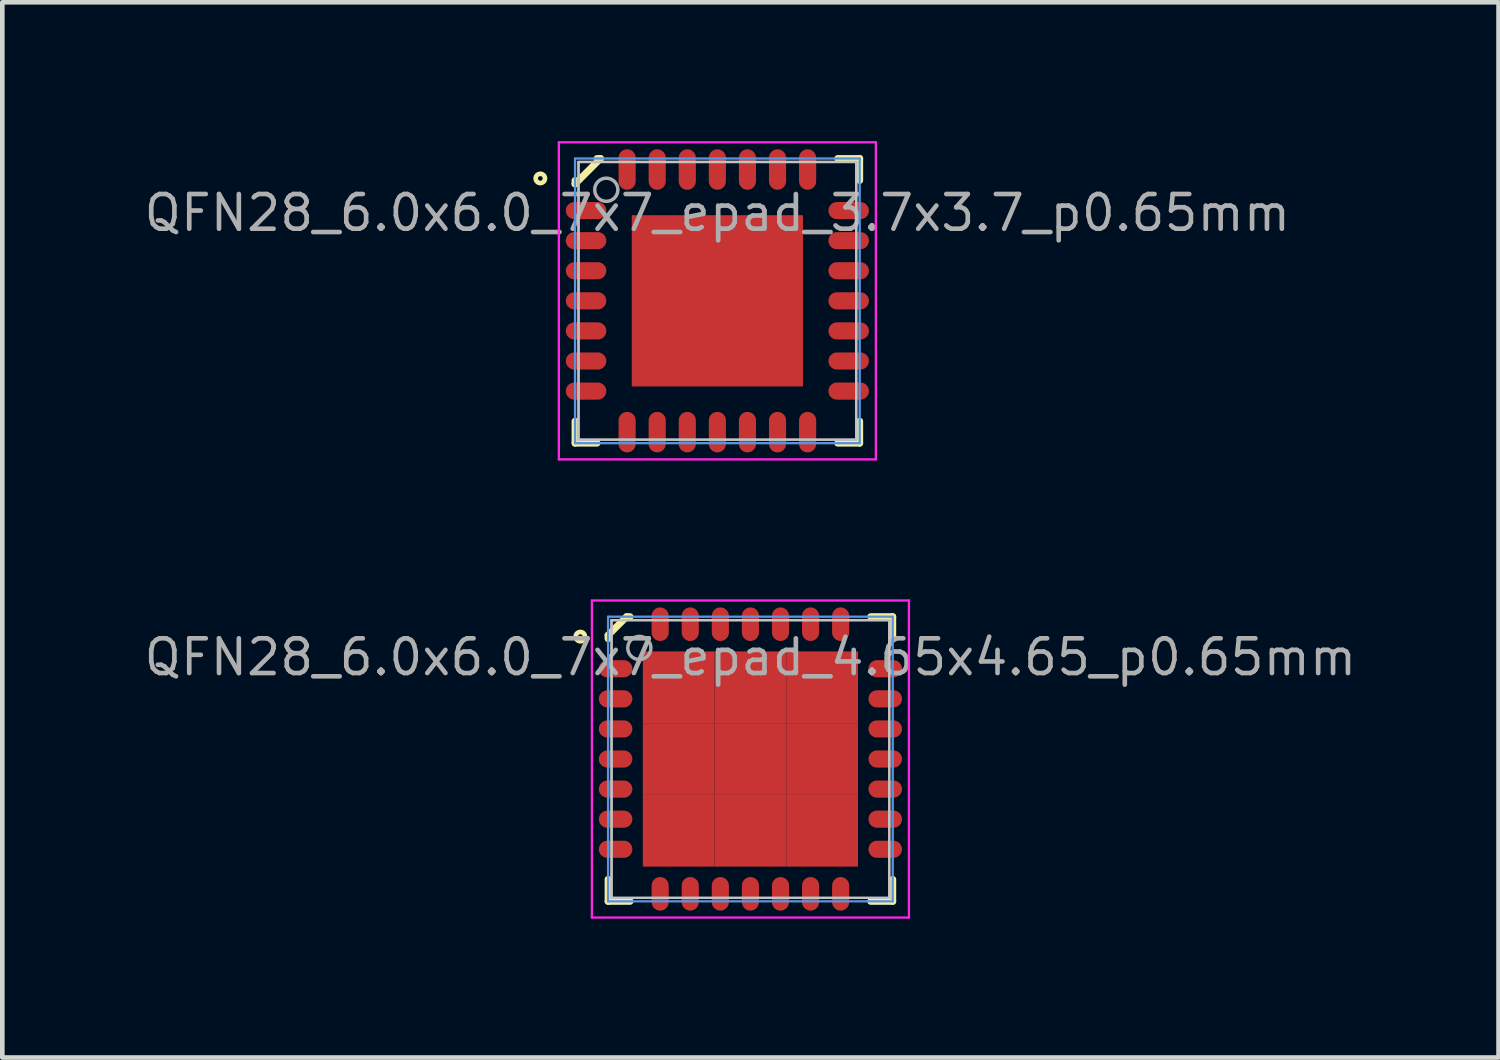
<source format=kicad_pcb>
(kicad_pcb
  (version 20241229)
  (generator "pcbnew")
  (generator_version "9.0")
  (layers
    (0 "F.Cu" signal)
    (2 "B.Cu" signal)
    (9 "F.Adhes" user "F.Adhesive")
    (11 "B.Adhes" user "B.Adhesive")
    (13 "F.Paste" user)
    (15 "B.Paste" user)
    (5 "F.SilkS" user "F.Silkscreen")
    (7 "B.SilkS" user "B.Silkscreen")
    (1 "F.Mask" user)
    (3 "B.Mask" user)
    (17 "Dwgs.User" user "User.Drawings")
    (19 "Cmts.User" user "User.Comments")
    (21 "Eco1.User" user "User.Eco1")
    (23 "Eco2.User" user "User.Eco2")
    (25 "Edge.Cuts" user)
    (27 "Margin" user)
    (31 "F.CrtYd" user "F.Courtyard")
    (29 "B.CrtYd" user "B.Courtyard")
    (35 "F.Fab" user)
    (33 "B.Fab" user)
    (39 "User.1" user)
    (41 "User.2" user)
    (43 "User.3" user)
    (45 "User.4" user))
  (footprint "QFN28_6.0x6.0_7x7_epad_4.65x4.65_p0.65mm"
    (layer "F.Cu")
    (at 13.164 13.35)
    (property "Reference" "QFN28_6.0x6.0_7x7_epad_4.65x4.65_p0.65mm" (at 0 -2.2 0) (layer "F.Fab") (effects (font (size 0.75 0.75) (thickness 0.1))))
    (attr through_hole)
    (fp_line (start -3.075 -2.675) (end -3.075 -2.6) (stroke (width 0.15) (type solid)) (layer "F.SilkS"))
    (fp_line (start -3.075 -2.675) (end -2.675 -3.075) (stroke (width 0.15) (type solid)) (layer "F.SilkS"))
    (fp_line (start -3.075 3.075) (end -3.075 2.6) (stroke (width 0.15) (type solid)) (layer "F.SilkS"))
    (fp_line (start -3.075 3.075) (end -2.6 3.075) (stroke (width 0.15) (type solid)) (layer "F.SilkS"))
    (fp_line (start -2.6 -3.075) (end -2.675 -3.075) (stroke (width 0.15) (type solid)) (layer "F.SilkS"))
    (fp_line (start 3.075 -3.075) (end 2.6 -3.075) (stroke (width 0.15) (type solid)) (layer "F.SilkS"))
    (fp_line (start 3.075 -3.075) (end 3.075 -2.6) (stroke (width 0.15) (type solid)) (layer "F.SilkS"))
    (fp_line (start 3.075 3.075) (end 2.6 3.075) (stroke (width 0.15) (type solid)) (layer "F.SilkS"))
    (fp_line (start 3.075 3.075) (end 3.075 2.6) (stroke (width 0.15) (type solid)) (layer "F.SilkS"))
    (fp_circle (center -3.675 -2.645) (end -3.604 -2.574) (stroke (width 0.1) (type solid)) (fill no) (layer "F.SilkS"))
    (fp_line (start -3 -3) (end -3 3) (stroke (width 0.05) (type solid)) (layer "Dwgs.User"))
    (fp_line (start -3 -3) (end 3 -3) (stroke (width 0.05) (type solid)) (layer "Dwgs.User"))
    (fp_line (start -3 3) (end 3 3) (stroke (width 0.05) (type solid)) (layer "Dwgs.User"))
    (fp_line (start 3 -3) (end 3 3) (stroke (width 0.05) (type solid)) (layer "Dwgs.User"))
    (fp_line (start -3.075 -3.075) (end -3.075 3.075) (stroke (width 0.05) (type solid)) (layer "Cmts.User"))
    (fp_line (start -3.075 -3.075) (end 3.075 -3.075) (stroke (width 0.05) (type solid)) (layer "Cmts.User"))
    (fp_line (start -3.075 3.075) (end 3.075 3.075) (stroke (width 0.05) (type solid)) (layer "Cmts.User"))
    (fp_line (start 3.075 -3.075) (end 3.075 3.075) (stroke (width 0.05) (type solid)) (layer "Cmts.User"))
    (fp_line (start -2.925 -2.925) (end -2.925 2.925) (stroke (width 0.05) (type solid)) (layer "Eco1.User"))
    (fp_line (start -2.925 -2.925) (end 2.925 -2.925) (stroke (width 0.05) (type solid)) (layer "Eco1.User"))
    (fp_line (start -2.925 2.925) (end 2.925 2.925) (stroke (width 0.05) (type solid)) (layer "Eco1.User"))
    (fp_line (start 2.925 -2.925) (end 2.925 2.925) (stroke (width 0.05) (type solid)) (layer "Eco1.User"))
    (fp_line (start -3.425 -3.425) (end -3.425 3.425) (stroke (width 0.05) (type solid)) (layer "F.CrtYd"))
    (fp_line (start -3.425 -3.425) (end 3.425 -3.425) (stroke (width 0.05) (type solid)) (layer "F.CrtYd"))
    (fp_line (start -3.425 3.425) (end 3.425 3.425) (stroke (width 0.05) (type solid)) (layer "F.CrtYd"))
    (fp_line (start 3.425 -3.425) (end 3.425 3.425) (stroke (width 0.05) (type solid)) (layer "F.CrtYd"))
    (fp_line (start -3 -3) (end -3 3) (stroke (width 0.05) (type solid)) (layer "F.Fab"))
    (fp_line (start -3 -3) (end 3 -3) (stroke (width 0.05) (type solid)) (layer "F.Fab"))
    (fp_line (start -3 3) (end 3 3) (stroke (width 0.05) (type solid)) (layer "F.Fab"))
    (fp_line (start 3 -3) (end 3 3) (stroke (width 0.05) (type solid)) (layer "F.Fab"))
    (fp_circle (center -2.4 -2.4) (end -2.223 -2.223) (stroke (width 0.075) (type solid)) (fill no) (layer "F.Fab"))
    (pad "1" smd oval (at -2.913 -1.95 180) (size 0.725 0.37) (layers "F.Cu" "F.Mask" "F.Paste"))
    (pad "2" smd oval (at -2.913 -1.3 180) (size 0.725 0.37) (layers "F.Cu" "F.Mask" "F.Paste"))
    (pad "3" smd oval (at -2.913 -0.65 180) (size 0.725 0.37) (layers "F.Cu" "F.Mask" "F.Paste"))
    (pad "4" smd oval (at -2.913 0 180) (size 0.725 0.37) (layers "F.Cu" "F.Mask" "F.Paste"))
    (pad "5" smd oval (at -2.913 0.65 180) (size 0.725 0.37) (layers "F.Cu" "F.Mask" "F.Paste"))
    (pad "6" smd oval (at -2.913 1.3 180) (size 0.725 0.37) (layers "F.Cu" "F.Mask" "F.Paste"))
    (pad "7" smd oval (at -2.913 1.95 180) (size 0.725 0.37) (layers "F.Cu" "F.Mask" "F.Paste"))
    (pad "8" smd oval (at -1.95 2.913 270) (size 0.725 0.37) (layers "F.Cu" "F.Mask" "F.Paste"))
    (pad "9" smd oval (at -1.3 2.913 270) (size 0.725 0.37) (layers "F.Cu" "F.Mask" "F.Paste"))
    (pad "10" smd oval (at -0.65 2.913 270) (size 0.725 0.37) (layers "F.Cu" "F.Mask" "F.Paste"))
    (pad "11" smd oval (at 0 2.913 270) (size 0.725 0.37) (layers "F.Cu" "F.Mask" "F.Paste"))
    (pad "12" smd oval (at 0.65 2.913 270) (size 0.725 0.37) (layers "F.Cu" "F.Mask" "F.Paste"))
    (pad "13" smd oval (at 1.3 2.913 270) (size 0.725 0.37) (layers "F.Cu" "F.Mask" "F.Paste"))
    (pad "14" smd oval (at 1.95 2.913 270) (size 0.725 0.37) (layers "F.Cu" "F.Mask" "F.Paste"))
    (pad "15" smd oval (at 2.913 1.95) (size 0.725 0.37) (layers "F.Cu" "F.Mask" "F.Paste"))
    (pad "16" smd oval (at 2.913 1.3) (size 0.725 0.37) (layers "F.Cu" "F.Mask" "F.Paste"))
    (pad "17" smd oval (at 2.913 0.65) (size 0.725 0.37) (layers "F.Cu" "F.Mask" "F.Paste"))
    (pad "18" smd oval (at 2.913 0) (size 0.725 0.37) (layers "F.Cu" "F.Mask" "F.Paste"))
    (pad "19" smd oval (at 2.913 -0.65) (size 0.725 0.37) (layers "F.Cu" "F.Mask" "F.Paste"))
    (pad "20" smd oval (at 2.913 -1.3) (size 0.725 0.37) (layers "F.Cu" "F.Mask" "F.Paste"))
    (pad "21" smd oval (at 2.913 -1.95) (size 0.725 0.37) (layers "F.Cu" "F.Mask" "F.Paste"))
    (pad "22" smd oval (at 1.95 -2.913 90) (size 0.725 0.37) (layers "F.Cu" "F.Mask" "F.Paste"))
    (pad "23" smd oval (at 1.3 -2.913 90) (size 0.725 0.37) (layers "F.Cu" "F.Mask" "F.Paste"))
    (pad "24" smd oval (at 0.65 -2.913 90) (size 0.725 0.37) (layers "F.Cu" "F.Mask" "F.Paste"))
    (pad "25" smd oval (at 0 -2.913 90) (size 0.725 0.37) (layers "F.Cu" "F.Mask" "F.Paste"))
    (pad "26" smd oval (at -0.65 -2.913 90) (size 0.725 0.37) (layers "F.Cu" "F.Mask" "F.Paste"))
    (pad "27" smd oval (at -1.3 -2.913 90) (size 0.725 0.37) (layers "F.Cu" "F.Mask" "F.Paste"))
    (pad "28" smd oval (at -1.95 -2.913 90) (size 0.725 0.37) (layers "F.Cu" "F.Mask" "F.Paste"))
    (pad "29" smd rect (at -1.55 -1.55) (size 1.55 1.55) (layers "F.Cu" "F.Mask" "F.Paste"))
    (pad "29" smd rect (at -1.55 0) (size 1.55 1.55) (layers "F.Cu" "F.Mask" "F.Paste"))
    (pad "29" smd rect (at -1.55 1.55) (size 1.55 1.55) (layers "F.Cu" "F.Mask" "F.Paste"))
    (pad "29" smd rect (at 0 -1.55) (size 1.55 1.55) (layers "F.Cu" "F.Mask" "F.Paste"))
    (pad "29" smd rect (at 0 0) (size 1.55 1.55) (layers "F.Cu" "F.Mask" "F.Paste"))
    (pad "29" smd rect (at 0 1.55) (size 1.55 1.55) (layers "F.Cu" "F.Mask" "F.Paste"))
    (pad "29" smd rect (at 1.55 -1.55) (size 1.55 1.55) (layers "F.Cu" "F.Mask" "F.Paste"))
    (pad "29" smd rect (at 1.55 0) (size 1.55 1.55) (layers "F.Cu" "F.Mask" "F.Paste"))
    (pad "29" smd rect (at 1.55 1.55) (size 1.55 1.55) (layers "F.Cu" "F.Mask" "F.Paste")))
  (footprint "QFN28_6.0x6.0_7x7_epad_3.7x3.7_p0.65mm"
    (layer "F.Cu")
    (at 12.45 3.45)
    (property "Reference" "QFN28_6.0x6.0_7x7_epad_3.7x3.7_p0.65mm" (at 0 -1.9 0) (layer "F.Fab") (effects (font (size 0.75 0.75) (thickness 0.1))))
    (attr through_hole)
    (fp_line (start -3.075 -2.525) (end -3.075 -2.6) (stroke (width 0.15) (type solid)) (layer "F.SilkS"))
    (fp_line (start -3.075 -2.525) (end -2.525 -3.075) (stroke (width 0.15) (type solid)) (layer "F.SilkS"))
    (fp_line (start -3.075 3.075) (end -3.075 2.6) (stroke (width 0.15) (type solid)) (layer "F.SilkS"))
    (fp_line (start -3.075 3.075) (end -2.6 3.075) (stroke (width 0.15) (type solid)) (layer "F.SilkS"))
    (fp_line (start -2.6 -3.075) (end -2.525 -3.075) (stroke (width 0.15) (type solid)) (layer "F.SilkS"))
    (fp_line (start 3.075 -3.075) (end 2.6 -3.075) (stroke (width 0.15) (type solid)) (layer "F.SilkS"))
    (fp_line (start 3.075 -3.075) (end 3.075 -2.6) (stroke (width 0.15) (type solid)) (layer "F.SilkS"))
    (fp_line (start 3.075 3.075) (end 2.6 3.075) (stroke (width 0.15) (type solid)) (layer "F.SilkS"))
    (fp_line (start 3.075 3.075) (end 3.075 2.6) (stroke (width 0.15) (type solid)) (layer "F.SilkS"))
    (fp_circle (center -3.825 -2.645) (end -3.754 -2.574) (stroke (width 0.1) (type solid)) (fill no) (layer "F.SilkS"))
    (fp_line (start -3 -3) (end -3 3) (stroke (width 0.05) (type solid)) (layer "Dwgs.User"))
    (fp_line (start -3 -3) (end 3 -3) (stroke (width 0.05) (type solid)) (layer "Dwgs.User"))
    (fp_line (start -3 3) (end 3 3) (stroke (width 0.05) (type solid)) (layer "Dwgs.User"))
    (fp_line (start 3 -3) (end 3 3) (stroke (width 0.05) (type solid)) (layer "Dwgs.User"))
    (fp_line (start -3.075 -3.075) (end -3.075 3.075) (stroke (width 0.05) (type solid)) (layer "Cmts.User"))
    (fp_line (start -3.075 -3.075) (end 3.075 -3.075) (stroke (width 0.05) (type solid)) (layer "Cmts.User"))
    (fp_line (start -3.075 3.075) (end 3.075 3.075) (stroke (width 0.05) (type solid)) (layer "Cmts.User"))
    (fp_line (start 3.075 -3.075) (end 3.075 3.075) (stroke (width 0.05) (type solid)) (layer "Cmts.User"))
    (fp_line (start -2.925 -2.925) (end -2.925 2.925) (stroke (width 0.05) (type solid)) (layer "Eco1.User"))
    (fp_line (start -2.925 -2.925) (end 2.925 -2.925) (stroke (width 0.05) (type solid)) (layer "Eco1.User"))
    (fp_line (start -2.925 2.925) (end 2.925 2.925) (stroke (width 0.05) (type solid)) (layer "Eco1.User"))
    (fp_line (start 2.925 -2.925) (end 2.925 2.925) (stroke (width 0.05) (type solid)) (layer "Eco1.User"))
    (fp_line (start -3.425 -3.425) (end -3.425 3.425) (stroke (width 0.05) (type solid)) (layer "F.CrtYd"))
    (fp_line (start -3.425 -3.425) (end 3.425 -3.425) (stroke (width 0.05) (type solid)) (layer "F.CrtYd"))
    (fp_line (start -3.425 3.425) (end 3.425 3.425) (stroke (width 0.05) (type solid)) (layer "F.CrtYd"))
    (fp_line (start 3.425 -3.425) (end 3.425 3.425) (stroke (width 0.05) (type solid)) (layer "F.CrtYd"))
    (fp_line (start -3 -3) (end -3 3) (stroke (width 0.05) (type solid)) (layer "F.Fab"))
    (fp_line (start -3 -3) (end 3 -3) (stroke (width 0.05) (type solid)) (layer "F.Fab"))
    (fp_line (start -3 3) (end 3 3) (stroke (width 0.05) (type solid)) (layer "F.Fab"))
    (fp_line (start 3 -3) (end 3 3) (stroke (width 0.05) (type solid)) (layer "F.Fab"))
    (fp_circle (center -2.4 -2.4) (end -2.223 -2.223) (stroke (width 0.075) (type solid)) (fill no) (layer "F.Fab"))
    (pad "1" smd oval (at -2.837 -1.95 180) (size 0.875 0.37) (layers "F.Cu" "F.Mask" "F.Paste"))
    (pad "2" smd oval (at -2.837 -1.3 180) (size 0.875 0.37) (layers "F.Cu" "F.Mask" "F.Paste"))
    (pad "3" smd oval (at -2.837 -0.65 180) (size 0.875 0.37) (layers "F.Cu" "F.Mask" "F.Paste"))
    (pad "4" smd oval (at -2.837 0 180) (size 0.875 0.37) (layers "F.Cu" "F.Mask" "F.Paste"))
    (pad "5" smd oval (at -2.837 0.65 180) (size 0.875 0.37) (layers "F.Cu" "F.Mask" "F.Paste"))
    (pad "6" smd oval (at -2.837 1.3 180) (size 0.875 0.37) (layers "F.Cu" "F.Mask" "F.Paste"))
    (pad "7" smd oval (at -2.837 1.95 180) (size 0.875 0.37) (layers "F.Cu" "F.Mask" "F.Paste"))
    (pad "8" smd oval (at -1.95 2.837 270) (size 0.875 0.37) (layers "F.Cu" "F.Mask" "F.Paste"))
    (pad "9" smd oval (at -1.3 2.837 270) (size 0.875 0.37) (layers "F.Cu" "F.Mask" "F.Paste"))
    (pad "10" smd oval (at -0.65 2.837 270) (size 0.875 0.37) (layers "F.Cu" "F.Mask" "F.Paste"))
    (pad "11" smd oval (at 0 2.837 270) (size 0.875 0.37) (layers "F.Cu" "F.Mask" "F.Paste"))
    (pad "12" smd oval (at 0.65 2.837 270) (size 0.875 0.37) (layers "F.Cu" "F.Mask" "F.Paste"))
    (pad "13" smd oval (at 1.3 2.837 270) (size 0.875 0.37) (layers "F.Cu" "F.Mask" "F.Paste"))
    (pad "14" smd oval (at 1.95 2.837 270) (size 0.875 0.37) (layers "F.Cu" "F.Mask" "F.Paste"))
    (pad "15" smd oval (at 2.837 1.95) (size 0.875 0.37) (layers "F.Cu" "F.Mask" "F.Paste"))
    (pad "16" smd oval (at 2.837 1.3) (size 0.875 0.37) (layers "F.Cu" "F.Mask" "F.Paste"))
    (pad "17" smd oval (at 2.837 0.65) (size 0.875 0.37) (layers "F.Cu" "F.Mask" "F.Paste"))
    (pad "18" smd oval (at 2.837 0) (size 0.875 0.37) (layers "F.Cu" "F.Mask" "F.Paste"))
    (pad "19" smd oval (at 2.837 -0.65) (size 0.875 0.37) (layers "F.Cu" "F.Mask" "F.Paste"))
    (pad "20" smd oval (at 2.837 -1.3) (size 0.875 0.37) (layers "F.Cu" "F.Mask" "F.Paste"))
    (pad "21" smd oval (at 2.837 -1.95) (size 0.875 0.37) (layers "F.Cu" "F.Mask" "F.Paste"))
    (pad "22" smd oval (at 1.95 -2.837 90) (size 0.875 0.37) (layers "F.Cu" "F.Mask" "F.Paste"))
    (pad "23" smd oval (at 1.3 -2.837 90) (size 0.875 0.37) (layers "F.Cu" "F.Mask" "F.Paste"))
    (pad "24" smd oval (at 0.65 -2.837 90) (size 0.875 0.37) (layers "F.Cu" "F.Mask" "F.Paste"))
    (pad "25" smd oval (at 0 -2.837 90) (size 0.875 0.37) (layers "F.Cu" "F.Mask" "F.Paste"))
    (pad "26" smd oval (at -0.65 -2.837 90) (size 0.875 0.37) (layers "F.Cu" "F.Mask" "F.Paste"))
    (pad "27" smd oval (at -1.3 -2.837 90) (size 0.875 0.37) (layers "F.Cu" "F.Mask" "F.Paste"))
    (pad "28" smd oval (at -1.95 -2.837 90) (size 0.875 0.37) (layers "F.Cu" "F.Mask" "F.Paste"))
    (pad "29" smd rect (at 0 0) (size 3.7 3.7) (layers "F.Cu" "F.Mask" "F.Paste")))
  (gr_rect
    (start -3 -3)
    (end 29.329 19.8)
    (stroke (width 0.1) (type default))
    (fill no)
    (layer "Edge.Cuts")))
</source>
